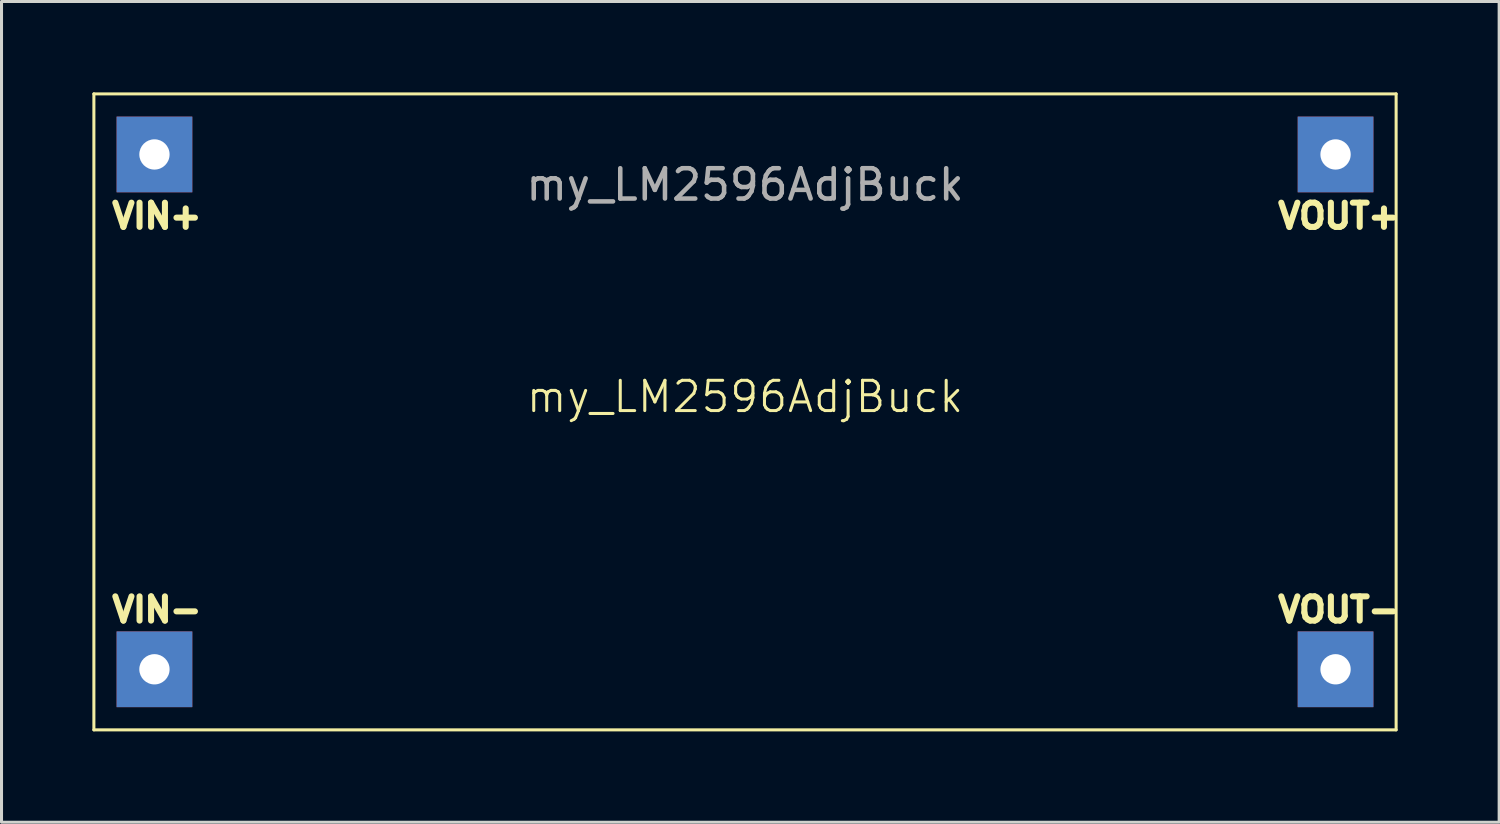
<source format=kicad_pcb>
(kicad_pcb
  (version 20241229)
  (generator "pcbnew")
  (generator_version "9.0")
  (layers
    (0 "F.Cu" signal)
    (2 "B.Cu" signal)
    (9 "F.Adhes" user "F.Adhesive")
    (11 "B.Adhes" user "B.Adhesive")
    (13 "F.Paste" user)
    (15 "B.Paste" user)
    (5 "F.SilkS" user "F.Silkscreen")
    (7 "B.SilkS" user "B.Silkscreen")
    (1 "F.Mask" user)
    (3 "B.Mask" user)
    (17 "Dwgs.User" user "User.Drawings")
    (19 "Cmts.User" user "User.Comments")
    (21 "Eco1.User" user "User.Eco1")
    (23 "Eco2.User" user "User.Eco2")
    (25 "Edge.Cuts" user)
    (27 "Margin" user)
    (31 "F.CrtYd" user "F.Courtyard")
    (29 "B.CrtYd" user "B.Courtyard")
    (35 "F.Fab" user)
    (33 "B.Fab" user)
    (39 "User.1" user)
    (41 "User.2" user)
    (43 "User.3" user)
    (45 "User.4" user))
  (footprint "my_LM2596AdjBuck"
    (layer "F.Cu")
    (at 21.55 10.55)
    (property "Reference" "my_LM2596AdjBuck" (at 0 -0.5 0) (unlocked yes) (layer "F.SilkS") (effects (font (size 1 1) (thickness 0.1))))
    (attr through_hole)
    (fp_line (start -21.5 -10.5) (end 21.5 -10.5) (stroke (width 0.1) (type default)) (layer "F.SilkS"))
    (fp_line (start -21.5 10.5) (end -21.5 -10.5) (stroke (width 0.1) (type default)) (layer "F.SilkS"))
    (fp_line (start 21.5 -10.5) (end 21.5 10.5) (stroke (width 0.1) (type default)) (layer "F.SilkS"))
    (fp_line (start 21.5 10.5) (end -21.5 10.5) (stroke (width 0.1) (type default)) (layer "F.SilkS"))
    (fp_text user "VOUT+" (at 17.5 -6 0) (unlocked yes) (layer "F.SilkS") (effects (font (size 0.8 0.8) (thickness 0.2) (bold yes)) (justify left bottom)))
    (fp_text user "VIN+" (at -21 -6 0) (unlocked yes) (layer "F.SilkS") (effects (font (size 0.8 0.8) (thickness 0.2) (bold yes)) (justify left bottom)))
    (fp_text user "VOUT-" (at 17.5 7 0) (unlocked yes) (layer "F.SilkS") (effects (font (size 0.8 0.8) (thickness 0.2) (bold yes)) (justify left bottom)))
    (fp_text user "VIN-" (at -21 7 0) (unlocked yes) (layer "F.SilkS") (effects (font (size 0.8 0.8) (thickness 0.2) (bold yes)) (justify left bottom)))
    (fp_text user "${REFERENCE}" (at 0 -7.5 0) (unlocked yes) (layer "F.Fab") (effects (font (size 1 1) (thickness 0.15))))
    (pad "1" thru_hole rect (at -19.5 -8.5) (size 2.5 2.5) (drill 1) (layers "*.Cu" "*.Mask"))
    (pad "2" thru_hole rect (at -19.5 8.5) (size 2.5 2.5) (drill 1) (layers "*.Cu" "*.Mask"))
    (pad "3" thru_hole rect (at 19.5 -8.5) (size 2.5 2.5) (drill 1) (layers "*.Cu" "*.Mask"))
    (pad "4" thru_hole rect (at 19.5 8.5) (size 2.5 2.5) (drill 1) (layers "*.Cu" "*.Mask")))
  (gr_rect
    (start -3 -3)
    (end 46.452 24.1)
    (stroke (width 0.1) (type default))
    (fill no)
    (layer "Edge.Cuts")))
</source>
